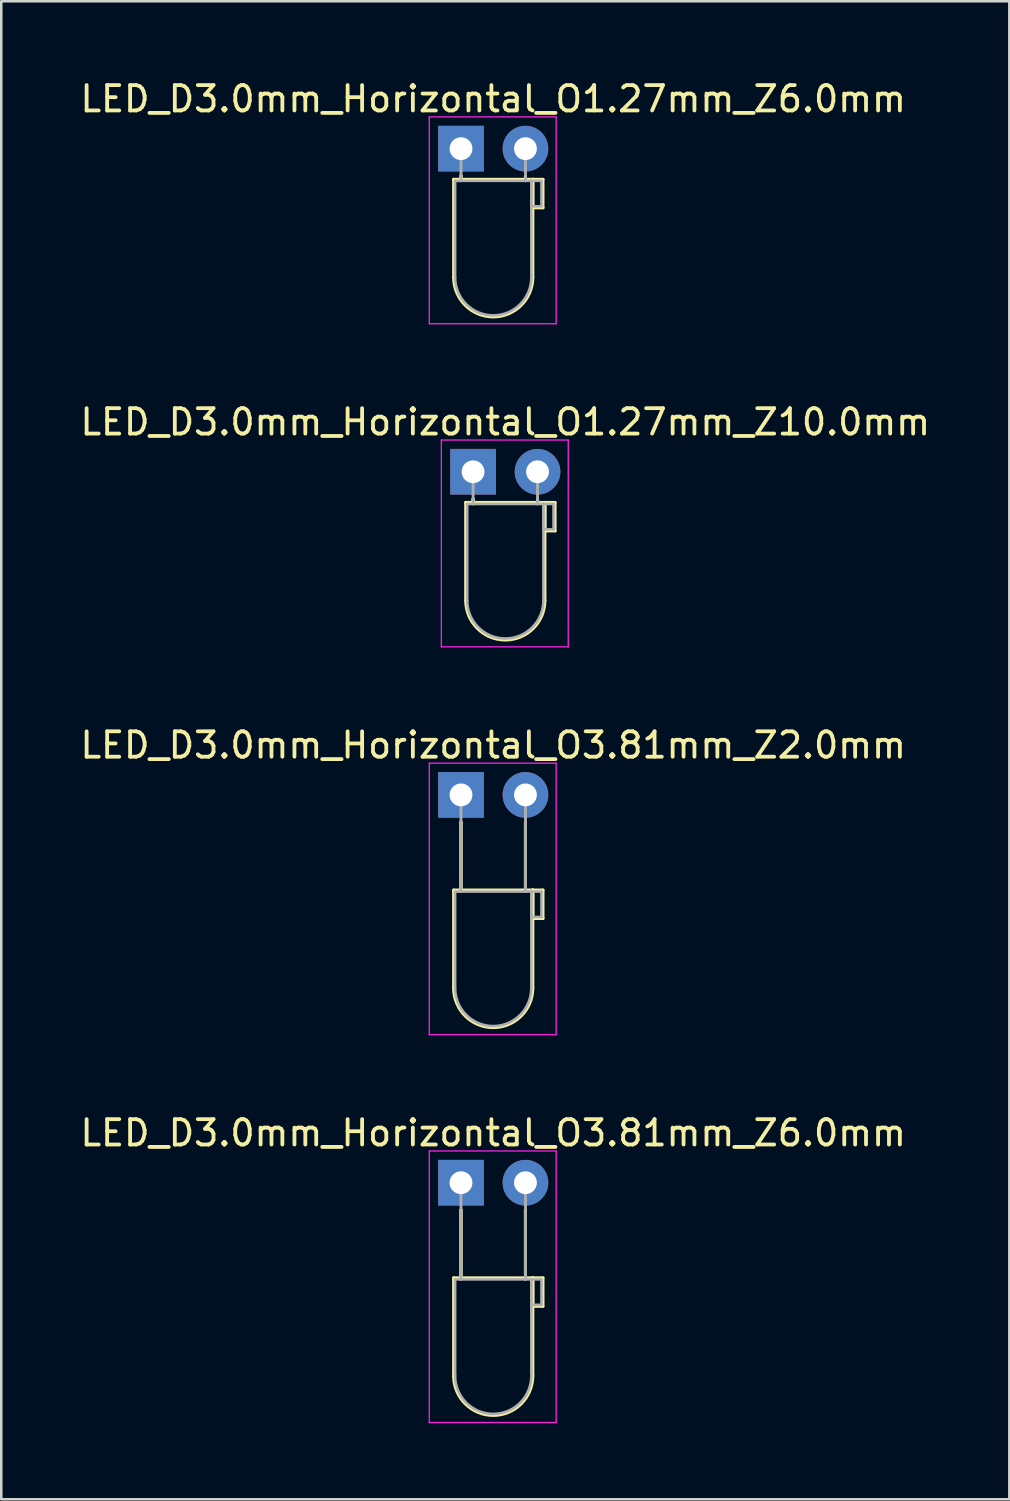
<source format=kicad_pcb>
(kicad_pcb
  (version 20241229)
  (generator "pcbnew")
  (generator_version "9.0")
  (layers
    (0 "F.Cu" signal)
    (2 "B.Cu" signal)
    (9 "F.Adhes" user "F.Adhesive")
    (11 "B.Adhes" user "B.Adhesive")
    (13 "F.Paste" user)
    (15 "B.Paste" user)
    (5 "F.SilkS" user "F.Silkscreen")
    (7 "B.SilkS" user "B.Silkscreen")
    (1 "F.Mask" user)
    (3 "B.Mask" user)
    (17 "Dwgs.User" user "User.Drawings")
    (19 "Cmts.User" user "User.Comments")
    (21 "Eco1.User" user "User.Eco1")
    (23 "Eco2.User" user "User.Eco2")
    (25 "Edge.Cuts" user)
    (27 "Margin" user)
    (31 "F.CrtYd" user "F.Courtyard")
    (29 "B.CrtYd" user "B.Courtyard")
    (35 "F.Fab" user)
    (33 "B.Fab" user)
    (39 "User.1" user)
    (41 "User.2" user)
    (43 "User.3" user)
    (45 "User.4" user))
  (footprint "LED_D3.0mm_Horizontal_O1.27mm_Z10.0mm"
    (layer "F.Cu")
    (at 15.593 15.541)
    (property "Reference" "LED_D3.0mm_Horizontal_O1.27mm_Z10.0mm" (at 1.27 -1.96 0) (layer "F.SilkS") (effects (font (size 1 1) (thickness 0.15))))
    (attr through_hole)
    (fp_line (start -0.29 1.21) (end -0.29 5.07) (stroke (width 0.12) (type solid)) (layer "F.SilkS"))
    (fp_line (start -0.29 1.21) (end 2.83 1.21) (stroke (width 0.12) (type solid)) (layer "F.SilkS"))
    (fp_line (start 0 1.08) (end 0 1.08) (stroke (width 0.12) (type solid)) (layer "F.SilkS"))
    (fp_line (start 0 1.08) (end 0 1.21) (stroke (width 0.12) (type solid)) (layer "F.SilkS"))
    (fp_line (start 0 1.21) (end 0 1.08) (stroke (width 0.12) (type solid)) (layer "F.SilkS"))
    (fp_line (start 0 1.21) (end 0 1.21) (stroke (width 0.12) (type solid)) (layer "F.SilkS"))
    (fp_line (start 2.54 1.08) (end 2.54 1.08) (stroke (width 0.12) (type solid)) (layer "F.SilkS"))
    (fp_line (start 2.54 1.08) (end 2.54 1.21) (stroke (width 0.12) (type solid)) (layer "F.SilkS"))
    (fp_line (start 2.54 1.21) (end 2.54 1.08) (stroke (width 0.12) (type solid)) (layer "F.SilkS"))
    (fp_line (start 2.54 1.21) (end 2.54 1.21) (stroke (width 0.12) (type solid)) (layer "F.SilkS"))
    (fp_line (start 2.83 1.21) (end 2.83 5.07) (stroke (width 0.12) (type solid)) (layer "F.SilkS"))
    (fp_line (start 2.83 1.21) (end 3.23 1.21) (stroke (width 0.12) (type solid)) (layer "F.SilkS"))
    (fp_line (start 2.83 2.33) (end 2.83 1.21) (stroke (width 0.12) (type solid)) (layer "F.SilkS"))
    (fp_line (start 3.23 1.21) (end 3.23 2.33) (stroke (width 0.12) (type solid)) (layer "F.SilkS"))
    (fp_line (start 3.23 2.33) (end 2.83 2.33) (stroke (width 0.12) (type solid)) (layer "F.SilkS"))
    (fp_arc (start 2.83 5.07) (mid 1.27 6.63) (end -0.29 5.07) (stroke (width 0.12) (type solid)) (layer "F.SilkS"))
    (fp_line (start -1.25 -1.25) (end -1.25 6.9) (stroke (width 0.05) (type solid)) (layer "F.CrtYd"))
    (fp_line (start -1.25 6.9) (end 3.75 6.9) (stroke (width 0.05) (type solid)) (layer "F.CrtYd"))
    (fp_line (start 3.75 -1.25) (end -1.25 -1.25) (stroke (width 0.05) (type solid)) (layer "F.CrtYd"))
    (fp_line (start 3.75 6.9) (end 3.75 -1.25) (stroke (width 0.05) (type solid)) (layer "F.CrtYd"))
    (fp_line (start -0.23 1.27) (end -0.23 5.07) (stroke (width 0.1) (type solid)) (layer "F.Fab"))
    (fp_line (start -0.23 1.27) (end 2.77 1.27) (stroke (width 0.1) (type solid)) (layer "F.Fab"))
    (fp_line (start 0 0) (end 0 0) (stroke (width 0.1) (type solid)) (layer "F.Fab"))
    (fp_line (start 0 0) (end 0 1.27) (stroke (width 0.1) (type solid)) (layer "F.Fab"))
    (fp_line (start 0 1.27) (end 0 0) (stroke (width 0.1) (type solid)) (layer "F.Fab"))
    (fp_line (start 0 1.27) (end 0 1.27) (stroke (width 0.1) (type solid)) (layer "F.Fab"))
    (fp_line (start 2.54 0) (end 2.54 0) (stroke (width 0.1) (type solid)) (layer "F.Fab"))
    (fp_line (start 2.54 0) (end 2.54 1.27) (stroke (width 0.1) (type solid)) (layer "F.Fab"))
    (fp_line (start 2.54 1.27) (end 2.54 0) (stroke (width 0.1) (type solid)) (layer "F.Fab"))
    (fp_line (start 2.54 1.27) (end 2.54 1.27) (stroke (width 0.1) (type solid)) (layer "F.Fab"))
    (fp_line (start 2.77 1.27) (end 2.77 5.07) (stroke (width 0.1) (type solid)) (layer "F.Fab"))
    (fp_line (start 2.77 1.27) (end 3.17 1.27) (stroke (width 0.1) (type solid)) (layer "F.Fab"))
    (fp_line (start 2.77 2.27) (end 2.77 1.27) (stroke (width 0.1) (type solid)) (layer "F.Fab"))
    (fp_line (start 3.17 1.27) (end 3.17 2.27) (stroke (width 0.1) (type solid)) (layer "F.Fab"))
    (fp_line (start 3.17 2.27) (end 2.77 2.27) (stroke (width 0.1) (type solid)) (layer "F.Fab"))
    (fp_arc (start 2.77 5.07) (mid 1.27 6.57) (end -0.23 5.07) (stroke (width 0.1) (type solid)) (layer "F.Fab"))
    (pad "1" thru_hole rect (at 0 0) (size 1.8 1.8) (drill 0.9) (layers "*.Cu" "*.Mask"))
    (pad "2" thru_hole circle (at 2.54 0) (size 1.8 1.8) (drill 0.9) (layers "*.Cu" "*.Mask")))
  (footprint "LED_D3.0mm_Horizontal_O3.81mm_Z6.0mm"
    (layer "F.Cu")
    (at 15.117 43.558)
    (property "Reference" "LED_D3.0mm_Horizontal_O3.81mm_Z6.0mm" (at 1.27 -1.96 0) (layer "F.SilkS") (effects (font (size 1 1) (thickness 0.15))))
    (attr through_hole)
    (fp_line (start -0.29 3.75) (end -0.29 7.61) (stroke (width 0.12) (type solid)) (layer "F.SilkS"))
    (fp_line (start -0.29 3.75) (end 2.83 3.75) (stroke (width 0.12) (type solid)) (layer "F.SilkS"))
    (fp_line (start 0 1.08) (end 0 1.08) (stroke (width 0.12) (type solid)) (layer "F.SilkS"))
    (fp_line (start 0 1.08) (end 0 3.75) (stroke (width 0.12) (type solid)) (layer "F.SilkS"))
    (fp_line (start 0 3.75) (end 0 1.08) (stroke (width 0.12) (type solid)) (layer "F.SilkS"))
    (fp_line (start 0 3.75) (end 0 3.75) (stroke (width 0.12) (type solid)) (layer "F.SilkS"))
    (fp_line (start 2.54 1.08) (end 2.54 1.08) (stroke (width 0.12) (type solid)) (layer "F.SilkS"))
    (fp_line (start 2.54 1.08) (end 2.54 3.75) (stroke (width 0.12) (type solid)) (layer "F.SilkS"))
    (fp_line (start 2.54 3.75) (end 2.54 1.08) (stroke (width 0.12) (type solid)) (layer "F.SilkS"))
    (fp_line (start 2.54 3.75) (end 2.54 3.75) (stroke (width 0.12) (type solid)) (layer "F.SilkS"))
    (fp_line (start 2.83 3.75) (end 2.83 7.61) (stroke (width 0.12) (type solid)) (layer "F.SilkS"))
    (fp_line (start 2.83 3.75) (end 3.23 3.75) (stroke (width 0.12) (type solid)) (layer "F.SilkS"))
    (fp_line (start 2.83 4.87) (end 2.83 3.75) (stroke (width 0.12) (type solid)) (layer "F.SilkS"))
    (fp_line (start 3.23 3.75) (end 3.23 4.87) (stroke (width 0.12) (type solid)) (layer "F.SilkS"))
    (fp_line (start 3.23 4.87) (end 2.83 4.87) (stroke (width 0.12) (type solid)) (layer "F.SilkS"))
    (fp_arc (start 2.83 7.61) (mid 1.27 9.17) (end -0.29 7.61) (stroke (width 0.12) (type solid)) (layer "F.SilkS"))
    (fp_line (start -1.25 -1.25) (end -1.25 9.45) (stroke (width 0.05) (type solid)) (layer "F.CrtYd"))
    (fp_line (start -1.25 9.45) (end 3.75 9.45) (stroke (width 0.05) (type solid)) (layer "F.CrtYd"))
    (fp_line (start 3.75 -1.25) (end -1.25 -1.25) (stroke (width 0.05) (type solid)) (layer "F.CrtYd"))
    (fp_line (start 3.75 9.45) (end 3.75 -1.25) (stroke (width 0.05) (type solid)) (layer "F.CrtYd"))
    (fp_line (start -0.23 3.81) (end -0.23 7.61) (stroke (width 0.1) (type solid)) (layer "F.Fab"))
    (fp_line (start -0.23 3.81) (end 2.77 3.81) (stroke (width 0.1) (type solid)) (layer "F.Fab"))
    (fp_line (start 0 0) (end 0 0) (stroke (width 0.1) (type solid)) (layer "F.Fab"))
    (fp_line (start 0 0) (end 0 3.81) (stroke (width 0.1) (type solid)) (layer "F.Fab"))
    (fp_line (start 0 3.81) (end 0 0) (stroke (width 0.1) (type solid)) (layer "F.Fab"))
    (fp_line (start 0 3.81) (end 0 3.81) (stroke (width 0.1) (type solid)) (layer "F.Fab"))
    (fp_line (start 2.54 0) (end 2.54 0) (stroke (width 0.1) (type solid)) (layer "F.Fab"))
    (fp_line (start 2.54 0) (end 2.54 3.81) (stroke (width 0.1) (type solid)) (layer "F.Fab"))
    (fp_line (start 2.54 3.81) (end 2.54 0) (stroke (width 0.1) (type solid)) (layer "F.Fab"))
    (fp_line (start 2.54 3.81) (end 2.54 3.81) (stroke (width 0.1) (type solid)) (layer "F.Fab"))
    (fp_line (start 2.77 3.81) (end 2.77 7.61) (stroke (width 0.1) (type solid)) (layer "F.Fab"))
    (fp_line (start 2.77 3.81) (end 3.17 3.81) (stroke (width 0.1) (type solid)) (layer "F.Fab"))
    (fp_line (start 2.77 4.81) (end 2.77 3.81) (stroke (width 0.1) (type solid)) (layer "F.Fab"))
    (fp_line (start 3.17 3.81) (end 3.17 4.81) (stroke (width 0.1) (type solid)) (layer "F.Fab"))
    (fp_line (start 3.17 4.81) (end 2.77 4.81) (stroke (width 0.1) (type solid)) (layer "F.Fab"))
    (fp_arc (start 2.77 7.61) (mid 1.27 9.11) (end -0.23 7.61) (stroke (width 0.1) (type solid)) (layer "F.Fab"))
    (pad "1" thru_hole rect (at 0 0) (size 1.8 1.8) (drill 0.9) (layers "*.Cu" "*.Mask"))
    (pad "2" thru_hole circle (at 2.54 0) (size 1.8 1.8) (drill 0.9) (layers "*.Cu" "*.Mask")))
  (footprint "LED_D3.0mm_Horizontal_O1.27mm_Z6.0mm"
    (layer "F.Cu")
    (at 15.117 2.808)
    (property "Reference" "LED_D3.0mm_Horizontal_O1.27mm_Z6.0mm" (at 1.27 -1.96 0) (layer "F.SilkS") (effects (font (size 1 1) (thickness 0.15))))
    (attr through_hole)
    (fp_line (start -0.29 1.21) (end -0.29 5.07) (stroke (width 0.12) (type solid)) (layer "F.SilkS"))
    (fp_line (start -0.29 1.21) (end 2.83 1.21) (stroke (width 0.12) (type solid)) (layer "F.SilkS"))
    (fp_line (start 0 1.08) (end 0 1.08) (stroke (width 0.12) (type solid)) (layer "F.SilkS"))
    (fp_line (start 0 1.08) (end 0 1.21) (stroke (width 0.12) (type solid)) (layer "F.SilkS"))
    (fp_line (start 0 1.21) (end 0 1.08) (stroke (width 0.12) (type solid)) (layer "F.SilkS"))
    (fp_line (start 0 1.21) (end 0 1.21) (stroke (width 0.12) (type solid)) (layer "F.SilkS"))
    (fp_line (start 2.54 1.08) (end 2.54 1.08) (stroke (width 0.12) (type solid)) (layer "F.SilkS"))
    (fp_line (start 2.54 1.08) (end 2.54 1.21) (stroke (width 0.12) (type solid)) (layer "F.SilkS"))
    (fp_line (start 2.54 1.21) (end 2.54 1.08) (stroke (width 0.12) (type solid)) (layer "F.SilkS"))
    (fp_line (start 2.54 1.21) (end 2.54 1.21) (stroke (width 0.12) (type solid)) (layer "F.SilkS"))
    (fp_line (start 2.83 1.21) (end 2.83 5.07) (stroke (width 0.12) (type solid)) (layer "F.SilkS"))
    (fp_line (start 2.83 1.21) (end 3.23 1.21) (stroke (width 0.12) (type solid)) (layer "F.SilkS"))
    (fp_line (start 2.83 2.33) (end 2.83 1.21) (stroke (width 0.12) (type solid)) (layer "F.SilkS"))
    (fp_line (start 3.23 1.21) (end 3.23 2.33) (stroke (width 0.12) (type solid)) (layer "F.SilkS"))
    (fp_line (start 3.23 2.33) (end 2.83 2.33) (stroke (width 0.12) (type solid)) (layer "F.SilkS"))
    (fp_arc (start 2.83 5.07) (mid 1.27 6.63) (end -0.29 5.07) (stroke (width 0.12) (type solid)) (layer "F.SilkS"))
    (fp_line (start -1.25 -1.25) (end -1.25 6.9) (stroke (width 0.05) (type solid)) (layer "F.CrtYd"))
    (fp_line (start -1.25 6.9) (end 3.75 6.9) (stroke (width 0.05) (type solid)) (layer "F.CrtYd"))
    (fp_line (start 3.75 -1.25) (end -1.25 -1.25) (stroke (width 0.05) (type solid)) (layer "F.CrtYd"))
    (fp_line (start 3.75 6.9) (end 3.75 -1.25) (stroke (width 0.05) (type solid)) (layer "F.CrtYd"))
    (fp_line (start -0.23 1.27) (end -0.23 5.07) (stroke (width 0.1) (type solid)) (layer "F.Fab"))
    (fp_line (start -0.23 1.27) (end 2.77 1.27) (stroke (width 0.1) (type solid)) (layer "F.Fab"))
    (fp_line (start 0 0) (end 0 0) (stroke (width 0.1) (type solid)) (layer "F.Fab"))
    (fp_line (start 0 0) (end 0 1.27) (stroke (width 0.1) (type solid)) (layer "F.Fab"))
    (fp_line (start 0 1.27) (end 0 0) (stroke (width 0.1) (type solid)) (layer "F.Fab"))
    (fp_line (start 0 1.27) (end 0 1.27) (stroke (width 0.1) (type solid)) (layer "F.Fab"))
    (fp_line (start 2.54 0) (end 2.54 0) (stroke (width 0.1) (type solid)) (layer "F.Fab"))
    (fp_line (start 2.54 0) (end 2.54 1.27) (stroke (width 0.1) (type solid)) (layer "F.Fab"))
    (fp_line (start 2.54 1.27) (end 2.54 0) (stroke (width 0.1) (type solid)) (layer "F.Fab"))
    (fp_line (start 2.54 1.27) (end 2.54 1.27) (stroke (width 0.1) (type solid)) (layer "F.Fab"))
    (fp_line (start 2.77 1.27) (end 2.77 5.07) (stroke (width 0.1) (type solid)) (layer "F.Fab"))
    (fp_line (start 2.77 1.27) (end 3.17 1.27) (stroke (width 0.1) (type solid)) (layer "F.Fab"))
    (fp_line (start 2.77 2.27) (end 2.77 1.27) (stroke (width 0.1) (type solid)) (layer "F.Fab"))
    (fp_line (start 3.17 1.27) (end 3.17 2.27) (stroke (width 0.1) (type solid)) (layer "F.Fab"))
    (fp_line (start 3.17 2.27) (end 2.77 2.27) (stroke (width 0.1) (type solid)) (layer "F.Fab"))
    (fp_arc (start 2.77 5.07) (mid 1.27 6.57) (end -0.23 5.07) (stroke (width 0.1) (type solid)) (layer "F.Fab"))
    (pad "1" thru_hole rect (at 0 0) (size 1.8 1.8) (drill 0.9) (layers "*.Cu" "*.Mask"))
    (pad "2" thru_hole circle (at 2.54 0) (size 1.8 1.8) (drill 0.9) (layers "*.Cu" "*.Mask")))
  (footprint "LED_D3.0mm_Horizontal_O3.81mm_Z2.0mm"
    (layer "F.Cu")
    (at 15.117 28.275)
    (property "Reference" "LED_D3.0mm_Horizontal_O3.81mm_Z2.0mm" (at 1.27 -1.96 0) (layer "F.SilkS") (effects (font (size 1 1) (thickness 0.15))))
    (attr through_hole)
    (fp_line (start -0.29 3.75) (end -0.29 7.61) (stroke (width 0.12) (type solid)) (layer "F.SilkS"))
    (fp_line (start -0.29 3.75) (end 2.83 3.75) (stroke (width 0.12) (type solid)) (layer "F.SilkS"))
    (fp_line (start 0 1.08) (end 0 1.08) (stroke (width 0.12) (type solid)) (layer "F.SilkS"))
    (fp_line (start 0 1.08) (end 0 3.75) (stroke (width 0.12) (type solid)) (layer "F.SilkS"))
    (fp_line (start 0 3.75) (end 0 1.08) (stroke (width 0.12) (type solid)) (layer "F.SilkS"))
    (fp_line (start 0 3.75) (end 0 3.75) (stroke (width 0.12) (type solid)) (layer "F.SilkS"))
    (fp_line (start 2.54 1.08) (end 2.54 1.08) (stroke (width 0.12) (type solid)) (layer "F.SilkS"))
    (fp_line (start 2.54 1.08) (end 2.54 3.75) (stroke (width 0.12) (type solid)) (layer "F.SilkS"))
    (fp_line (start 2.54 3.75) (end 2.54 1.08) (stroke (width 0.12) (type solid)) (layer "F.SilkS"))
    (fp_line (start 2.54 3.75) (end 2.54 3.75) (stroke (width 0.12) (type solid)) (layer "F.SilkS"))
    (fp_line (start 2.83 3.75) (end 2.83 7.61) (stroke (width 0.12) (type solid)) (layer "F.SilkS"))
    (fp_line (start 2.83 3.75) (end 3.23 3.75) (stroke (width 0.12) (type solid)) (layer "F.SilkS"))
    (fp_line (start 2.83 4.87) (end 2.83 3.75) (stroke (width 0.12) (type solid)) (layer "F.SilkS"))
    (fp_line (start 3.23 3.75) (end 3.23 4.87) (stroke (width 0.12) (type solid)) (layer "F.SilkS"))
    (fp_line (start 3.23 4.87) (end 2.83 4.87) (stroke (width 0.12) (type solid)) (layer "F.SilkS"))
    (fp_arc (start 2.83 7.61) (mid 1.27 9.17) (end -0.29 7.61) (stroke (width 0.12) (type solid)) (layer "F.SilkS"))
    (fp_line (start -1.25 -1.25) (end -1.25 9.45) (stroke (width 0.05) (type solid)) (layer "F.CrtYd"))
    (fp_line (start -1.25 9.45) (end 3.75 9.45) (stroke (width 0.05) (type solid)) (layer "F.CrtYd"))
    (fp_line (start 3.75 -1.25) (end -1.25 -1.25) (stroke (width 0.05) (type solid)) (layer "F.CrtYd"))
    (fp_line (start 3.75 9.45) (end 3.75 -1.25) (stroke (width 0.05) (type solid)) (layer "F.CrtYd"))
    (fp_line (start -0.23 3.81) (end -0.23 7.61) (stroke (width 0.1) (type solid)) (layer "F.Fab"))
    (fp_line (start -0.23 3.81) (end 2.77 3.81) (stroke (width 0.1) (type solid)) (layer "F.Fab"))
    (fp_line (start 0 0) (end 0 0) (stroke (width 0.1) (type solid)) (layer "F.Fab"))
    (fp_line (start 0 0) (end 0 3.81) (stroke (width 0.1) (type solid)) (layer "F.Fab"))
    (fp_line (start 0 3.81) (end 0 0) (stroke (width 0.1) (type solid)) (layer "F.Fab"))
    (fp_line (start 0 3.81) (end 0 3.81) (stroke (width 0.1) (type solid)) (layer "F.Fab"))
    (fp_line (start 2.54 0) (end 2.54 0) (stroke (width 0.1) (type solid)) (layer "F.Fab"))
    (fp_line (start 2.54 0) (end 2.54 3.81) (stroke (width 0.1) (type solid)) (layer "F.Fab"))
    (fp_line (start 2.54 3.81) (end 2.54 0) (stroke (width 0.1) (type solid)) (layer "F.Fab"))
    (fp_line (start 2.54 3.81) (end 2.54 3.81) (stroke (width 0.1) (type solid)) (layer "F.Fab"))
    (fp_line (start 2.77 3.81) (end 2.77 7.61) (stroke (width 0.1) (type solid)) (layer "F.Fab"))
    (fp_line (start 2.77 3.81) (end 3.17 3.81) (stroke (width 0.1) (type solid)) (layer "F.Fab"))
    (fp_line (start 2.77 4.81) (end 2.77 3.81) (stroke (width 0.1) (type solid)) (layer "F.Fab"))
    (fp_line (start 3.17 3.81) (end 3.17 4.81) (stroke (width 0.1) (type solid)) (layer "F.Fab"))
    (fp_line (start 3.17 4.81) (end 2.77 4.81) (stroke (width 0.1) (type solid)) (layer "F.Fab"))
    (fp_arc (start 2.77 7.61) (mid 1.27 9.11) (end -0.23 7.61) (stroke (width 0.1) (type solid)) (layer "F.Fab"))
    (pad "1" thru_hole rect (at 0 0) (size 1.8 1.8) (drill 0.9) (layers "*.Cu" "*.Mask"))
    (pad "2" thru_hole circle (at 2.54 0) (size 1.8 1.8) (drill 0.9) (layers "*.Cu" "*.Mask")))
  (gr_rect
    (start -3 -3)
    (end 36.726 56.033)
    (stroke (width 0.1) (type default))
    (fill no)
    (layer "Edge.Cuts")))
</source>
